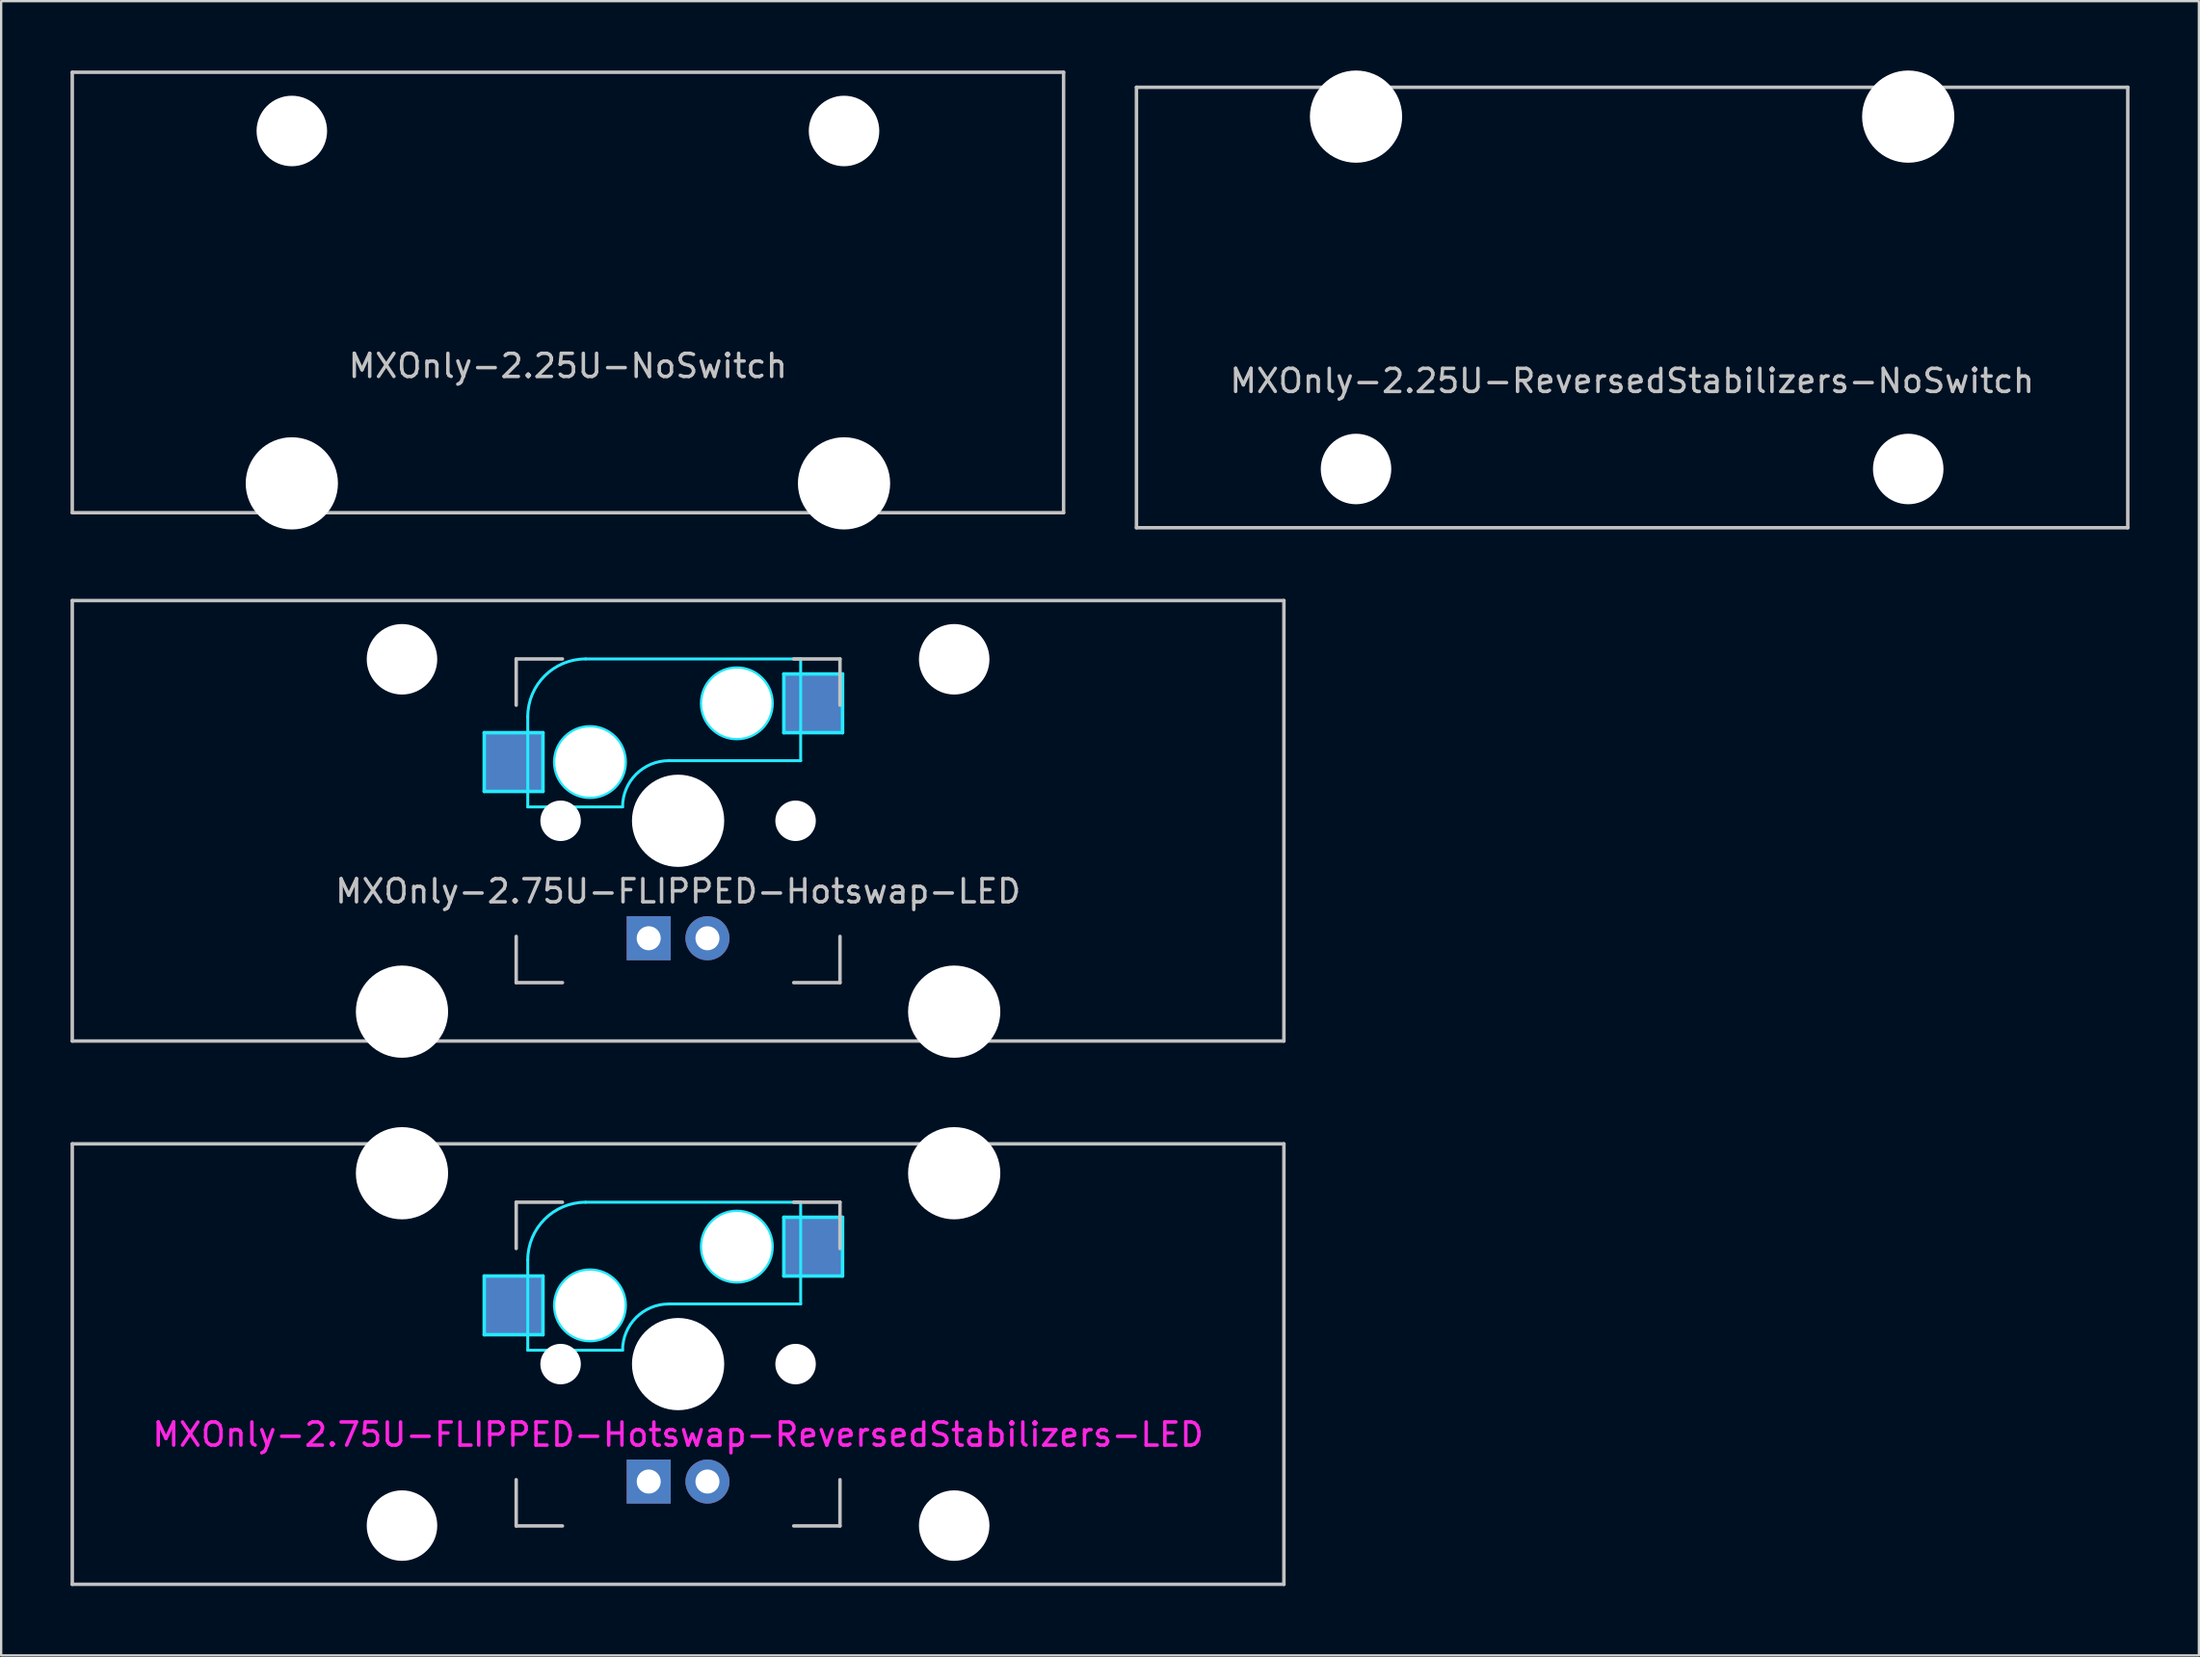
<source format=kicad_pcb>
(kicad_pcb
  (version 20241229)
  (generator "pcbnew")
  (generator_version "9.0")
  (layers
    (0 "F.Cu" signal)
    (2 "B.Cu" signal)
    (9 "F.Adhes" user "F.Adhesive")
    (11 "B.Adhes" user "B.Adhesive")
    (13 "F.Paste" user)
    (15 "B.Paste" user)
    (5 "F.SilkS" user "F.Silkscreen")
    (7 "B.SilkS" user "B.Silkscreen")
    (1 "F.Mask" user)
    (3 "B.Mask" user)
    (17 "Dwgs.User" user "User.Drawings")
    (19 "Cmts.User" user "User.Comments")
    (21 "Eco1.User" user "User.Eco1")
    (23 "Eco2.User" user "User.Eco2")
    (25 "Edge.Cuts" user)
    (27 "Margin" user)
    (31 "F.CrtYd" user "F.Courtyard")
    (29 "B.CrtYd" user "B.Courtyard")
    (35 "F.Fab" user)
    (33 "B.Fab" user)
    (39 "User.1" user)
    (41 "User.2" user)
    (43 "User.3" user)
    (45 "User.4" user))
  (footprint "MXOnly-2.25U-ReversedStabilizers-NoSwitch"
    (layer "F.Cu")
    (at 67.519 10.249)
    (property "Reference" "MXOnly-2.25U-ReversedStabilizers-NoSwitch" (at 0 3.175 0) (layer "Dwgs.User") (effects (font (size 1 1) (thickness 0.15))))
    (attr through_hole)
    (fp_line (start -21.431 -9.525) (end 21.431 -9.525) (stroke (width 0.15) (type solid)) (layer "Dwgs.User"))
    (fp_line (start -21.431 9.525) (end -21.431 -9.525) (stroke (width 0.15) (type solid)) (layer "Dwgs.User"))
    (fp_line (start -21.431 9.525) (end 21.431 9.525) (stroke (width 0.15) (type solid)) (layer "Dwgs.User"))
    (fp_line (start 21.431 -9.525) (end 21.431 9.525) (stroke (width 0.15) (type solid)) (layer "Dwgs.User"))
    (pad "" np_thru_hole circle (at -11.938 -8.255) (size 3.988 3.988) (drill 3.988) (layers "*.Cu" "*.Mask"))
    (pad "" np_thru_hole circle (at -11.938 6.985) (size 3.048 3.048) (drill 3.048) (layers "*.Cu" "*.Mask"))
    (pad "" np_thru_hole circle (at 11.938 -8.255) (size 3.988 3.988) (drill 3.988) (layers "*.Cu" "*.Mask"))
    (pad "" np_thru_hole circle (at 11.938 6.985) (size 3.048 3.048) (drill 3.048) (layers "*.Cu" "*.Mask")))
  (footprint "MXOnly-2.75U-FLIPPED-Hotswap-LED"
    (layer "F.Cu")
    (at 26.269 32.449)
    (property "Reference" "MXOnly-2.75U-FLIPPED-Hotswap-LED" (at 0 3.048 0) (layer "Dwgs.User") (effects (font (size 1 1) (thickness 0.15))))
    (attr smd)
    (fp_line (start -26.194 -9.525) (end 26.194 -9.525) (stroke (width 0.15) (type solid)) (layer "Dwgs.User"))
    (fp_line (start -26.194 9.525) (end -26.194 -9.525) (stroke (width 0.15) (type solid)) (layer "Dwgs.User"))
    (fp_line (start -7 -7) (end -7 -5) (stroke (width 0.15) (type solid)) (layer "Dwgs.User"))
    (fp_line (start -7 5) (end -7 7) (stroke (width 0.15) (type solid)) (layer "Dwgs.User"))
    (fp_line (start -7 7) (end -5 7) (stroke (width 0.15) (type solid)) (layer "Dwgs.User"))
    (fp_line (start -5 -7) (end -7 -7) (stroke (width 0.15) (type solid)) (layer "Dwgs.User"))
    (fp_line (start 5 -7) (end 7 -7) (stroke (width 0.15) (type solid)) (layer "Dwgs.User"))
    (fp_line (start 5 7) (end 7 7) (stroke (width 0.15) (type solid)) (layer "Dwgs.User"))
    (fp_line (start 7 -7) (end 7 -5) (stroke (width 0.15) (type solid)) (layer "Dwgs.User"))
    (fp_line (start 7 7) (end 7 5) (stroke (width 0.15) (type solid)) (layer "Dwgs.User"))
    (fp_line (start 26.194 -9.525) (end 26.194 9.525) (stroke (width 0.15) (type solid)) (layer "Dwgs.User"))
    (fp_line (start 26.194 9.525) (end -26.194 9.525) (stroke (width 0.15) (type solid)) (layer "Dwgs.User"))
    (fp_line (start -8.382 -3.81) (end -5.842 -3.81) (stroke (width 0.15) (type solid)) (layer "B.CrtYd"))
    (fp_line (start -8.382 -1.27) (end -8.382 -3.81) (stroke (width 0.15) (type solid)) (layer "B.CrtYd"))
    (fp_line (start -6.5 -4.5) (end -6.5 -0.6) (stroke (width 0.127) (type solid)) (layer "B.CrtYd"))
    (fp_line (start -6.5 -0.6) (end -2.4 -0.6) (stroke (width 0.127) (type solid)) (layer "B.CrtYd"))
    (fp_line (start -5.842 -3.81) (end -5.842 -1.27) (stroke (width 0.15) (type solid)) (layer "B.CrtYd"))
    (fp_line (start -5.842 -1.27) (end -8.382 -1.27) (stroke (width 0.15) (type solid)) (layer "B.CrtYd"))
    (fp_line (start -0.4 -2.6) (end 5.3 -2.6) (stroke (width 0.127) (type solid)) (layer "B.CrtYd"))
    (fp_line (start 4.572 -6.35) (end 7.112 -6.35) (stroke (width 0.15) (type solid)) (layer "B.CrtYd"))
    (fp_line (start 4.572 -3.81) (end 4.572 -6.35) (stroke (width 0.15) (type solid)) (layer "B.CrtYd"))
    (fp_line (start 5.3 -7) (end -4 -7) (stroke (width 0.127) (type solid)) (layer "B.CrtYd"))
    (fp_line (start 5.3 -7) (end 5.3 -2.6) (stroke (width 0.127) (type solid)) (layer "B.CrtYd"))
    (fp_line (start 7.112 -6.35) (end 7.112 -3.81) (stroke (width 0.15) (type solid)) (layer "B.CrtYd"))
    (fp_line (start 7.112 -3.81) (end 4.572 -3.81) (stroke (width 0.15) (type solid)) (layer "B.CrtYd"))
    (fp_arc (start -6.5 -4.5) (mid -5.767767 -6.267767) (end -4 -7) (stroke (width 0.127) (type solid)) (layer "B.CrtYd"))
    (fp_arc (start -2.4 -0.6) (mid -1.814214 -2.014214) (end -0.4 -2.6) (stroke (width 0.127) (type solid)) (layer "B.CrtYd"))
    (fp_circle (center -3.81 -2.54) (end -3.81 -4.064) (stroke (width 0.15) (type solid)) (fill no) (layer "B.CrtYd"))
    (fp_circle (center 2.54 -5.08) (end 2.54 -6.604) (stroke (width 0.15) (type solid)) (fill no) (layer "B.CrtYd"))
    (pad "" np_thru_hole circle (at -11.938 -6.985) (size 3.048 3.048) (drill 3.048) (layers "*.Cu" "*.Mask"))
    (pad "" np_thru_hole circle (at -11.938 8.255) (size 3.988 3.988) (drill 3.988) (layers "*.Cu" "*.Mask"))
    (pad "" np_thru_hole circle (at -5.08 0 48.1) (size 1.75 1.75) (drill 1.75) (layers "*.Cu" "*.Mask"))
    (pad "" np_thru_hole circle (at -3.81 -2.54) (size 3 3) (drill 3) (layers "*.Cu" "*.Mask"))
    (pad "" np_thru_hole circle (at 0 0) (size 3.988 3.988) (drill 3.988) (layers "*.Cu" "*.Mask"))
    (pad "" np_thru_hole circle (at 2.54 -5.08) (size 3 3) (drill 3) (layers "*.Cu" "*.Mask"))
    (pad "" np_thru_hole circle (at 5.08 0 48.1) (size 1.75 1.75) (drill 1.75) (layers "*.Cu" "*.Mask"))
    (pad "" np_thru_hole circle (at 11.938 -6.985) (size 3.048 3.048) (drill 3.048) (layers "*.Cu" "*.Mask"))
    (pad "" np_thru_hole circle (at 11.938 8.255) (size 3.988 3.988) (drill 3.988) (layers "*.Cu" "*.Mask"))
    (pad "1" smd rect (at -7.085 -2.54) (size 2.55 2.5) (layers "B.Cu" "B.Mask" "B.Paste"))
    (pad "2" smd rect (at 5.842 -5.08) (size 2.55 2.5) (layers "B.Cu" "B.Mask" "B.Paste"))
    (pad "3" thru_hole circle (at 1.27 5.08 180) (size 1.905 1.905) (drill 1.04) (layers "*.Cu" "B.Mask"))
    (pad "4" thru_hole rect (at -1.27 5.08 180) (size 1.905 1.905) (drill 1.04) (layers "*.Cu" "B.Mask")))
  (footprint "MXOnly-2.25U-NoSwitch"
    (layer "F.Cu")
    (at 21.506 9.6)
    (property "Reference" "MXOnly-2.25U-NoSwitch" (at 0 3.175 0) (layer "Dwgs.User") (effects (font (size 1 1) (thickness 0.15))))
    (attr through_hole)
    (fp_line (start -21.431 -9.525) (end 21.431 -9.525) (stroke (width 0.15) (type solid)) (layer "Dwgs.User"))
    (fp_line (start -21.431 9.525) (end -21.431 -9.525) (stroke (width 0.15) (type solid)) (layer "Dwgs.User"))
    (fp_line (start -21.431 9.525) (end 21.431 9.525) (stroke (width 0.15) (type solid)) (layer "Dwgs.User"))
    (fp_line (start 21.431 -9.525) (end 21.431 9.525) (stroke (width 0.15) (type solid)) (layer "Dwgs.User"))
    (pad "" np_thru_hole circle (at -11.938 -6.985) (size 3.048 3.048) (drill 3.048) (layers "*.Cu" "*.Mask"))
    (pad "" np_thru_hole circle (at -11.938 8.255) (size 3.988 3.988) (drill 3.988) (layers "*.Cu" "*.Mask"))
    (pad "" np_thru_hole circle (at 11.938 -6.985) (size 3.048 3.048) (drill 3.048) (layers "*.Cu" "*.Mask"))
    (pad "" np_thru_hole circle (at 11.938 8.255) (size 3.988 3.988) (drill 3.988) (layers "*.Cu" "*.Mask")))
  (footprint "MXOnly-2.75U-FLIPPED-Hotswap-ReversedStabilizers-LED"
    (layer "F.Cu")
    (at 26.269 55.947)
    (property "Reference" "MXOnly-2.75U-FLIPPED-Hotswap-ReversedStabilizers-LED" (at 0 3.048 0) (layer "F.CrtYd") (effects (font (size 1 1) (thickness 0.15))))
    (attr smd)
    (fp_line (start -26.194 -9.525) (end 26.194 -9.525) (stroke (width 0.15) (type solid)) (layer "Dwgs.User"))
    (fp_line (start -26.194 9.525) (end -26.194 -9.525) (stroke (width 0.15) (type solid)) (layer "Dwgs.User"))
    (fp_line (start -7 -7) (end -7 -5) (stroke (width 0.15) (type solid)) (layer "Dwgs.User"))
    (fp_line (start -7 5) (end -7 7) (stroke (width 0.15) (type solid)) (layer "Dwgs.User"))
    (fp_line (start -7 7) (end -5 7) (stroke (width 0.15) (type solid)) (layer "Dwgs.User"))
    (fp_line (start -5 -7) (end -7 -7) (stroke (width 0.15) (type solid)) (layer "Dwgs.User"))
    (fp_line (start 5 -7) (end 7 -7) (stroke (width 0.15) (type solid)) (layer "Dwgs.User"))
    (fp_line (start 5 7) (end 7 7) (stroke (width 0.15) (type solid)) (layer "Dwgs.User"))
    (fp_line (start 7 -7) (end 7 -5) (stroke (width 0.15) (type solid)) (layer "Dwgs.User"))
    (fp_line (start 7 7) (end 7 5) (stroke (width 0.15) (type solid)) (layer "Dwgs.User"))
    (fp_line (start 26.194 -9.525) (end 26.194 9.525) (stroke (width 0.15) (type solid)) (layer "Dwgs.User"))
    (fp_line (start 26.194 9.525) (end -26.194 9.525) (stroke (width 0.15) (type solid)) (layer "Dwgs.User"))
    (fp_line (start -8.382 -3.81) (end -5.842 -3.81) (stroke (width 0.15) (type solid)) (layer "B.CrtYd"))
    (fp_line (start -8.382 -1.27) (end -8.382 -3.81) (stroke (width 0.15) (type solid)) (layer "B.CrtYd"))
    (fp_line (start -6.5 -4.5) (end -6.5 -0.6) (stroke (width 0.127) (type solid)) (layer "B.CrtYd"))
    (fp_line (start -6.5 -0.6) (end -2.4 -0.6) (stroke (width 0.127) (type solid)) (layer "B.CrtYd"))
    (fp_line (start -5.842 -3.81) (end -5.842 -1.27) (stroke (width 0.15) (type solid)) (layer "B.CrtYd"))
    (fp_line (start -5.842 -1.27) (end -8.382 -1.27) (stroke (width 0.15) (type solid)) (layer "B.CrtYd"))
    (fp_line (start -0.4 -2.6) (end 5.3 -2.6) (stroke (width 0.127) (type solid)) (layer "B.CrtYd"))
    (fp_line (start 4.572 -6.35) (end 7.112 -6.35) (stroke (width 0.15) (type solid)) (layer "B.CrtYd"))
    (fp_line (start 4.572 -3.81) (end 4.572 -6.35) (stroke (width 0.15) (type solid)) (layer "B.CrtYd"))
    (fp_line (start 5.3 -7) (end -4 -7) (stroke (width 0.127) (type solid)) (layer "B.CrtYd"))
    (fp_line (start 5.3 -7) (end 5.3 -2.6) (stroke (width 0.127) (type solid)) (layer "B.CrtYd"))
    (fp_line (start 7.112 -6.35) (end 7.112 -3.81) (stroke (width 0.15) (type solid)) (layer "B.CrtYd"))
    (fp_line (start 7.112 -3.81) (end 4.572 -3.81) (stroke (width 0.15) (type solid)) (layer "B.CrtYd"))
    (fp_arc (start -6.5 -4.5) (mid -5.767767 -6.267767) (end -4 -7) (stroke (width 0.127) (type solid)) (layer "B.CrtYd"))
    (fp_arc (start -2.4 -0.6) (mid -1.814214 -2.014214) (end -0.4 -2.6) (stroke (width 0.127) (type solid)) (layer "B.CrtYd"))
    (fp_circle (center -3.81 -2.54) (end -3.81 -4.064) (stroke (width 0.15) (type solid)) (fill no) (layer "B.CrtYd"))
    (fp_circle (center 2.54 -5.08) (end 2.54 -6.604) (stroke (width 0.15) (type solid)) (fill no) (layer "B.CrtYd"))
    (pad "" np_thru_hole circle (at -11.938 -8.255) (size 3.988 3.988) (drill 3.988) (layers "*.Cu" "*.Mask"))
    (pad "" np_thru_hole circle (at -11.938 6.985) (size 3.048 3.048) (drill 3.048) (layers "*.Cu" "*.Mask"))
    (pad "" np_thru_hole circle (at -5.08 0 48.1) (size 1.75 1.75) (drill 1.75) (layers "*.Cu" "*.Mask"))
    (pad "" np_thru_hole circle (at -3.81 -2.54) (size 3 3) (drill 3) (layers "*.Cu" "*.Mask"))
    (pad "" np_thru_hole circle (at 0 0) (size 3.988 3.988) (drill 3.988) (layers "*.Cu" "*.Mask"))
    (pad "" np_thru_hole circle (at 2.54 -5.08) (size 3 3) (drill 3) (layers "*.Cu" "*.Mask"))
    (pad "" np_thru_hole circle (at 5.08 0 48.1) (size 1.75 1.75) (drill 1.75) (layers "*.Cu" "*.Mask"))
    (pad "" np_thru_hole circle (at 11.938 -8.255) (size 3.988 3.988) (drill 3.988) (layers "*.Cu" "*.Mask"))
    (pad "" np_thru_hole circle (at 11.938 6.985) (size 3.048 3.048) (drill 3.048) (layers "*.Cu" "*.Mask"))
    (pad "1" smd rect (at -7.085 -2.54) (size 2.55 2.5) (layers "B.Cu" "B.Mask" "B.Paste"))
    (pad "2" smd rect (at 5.842 -5.08) (size 2.55 2.5) (layers "B.Cu" "B.Mask" "B.Paste"))
    (pad "3" thru_hole circle (at 1.27 5.08 180) (size 1.905 1.905) (drill 1.04) (layers "*.Cu" "B.Mask"))
    (pad "4" thru_hole rect (at -1.27 5.08 180) (size 1.905 1.905) (drill 1.04) (layers "*.Cu" "B.Mask")))
  (gr_rect
    (start -3 -3)
    (end 92.025 68.547)
    (stroke (width 0.1) (type default))
    (fill no)
    (layer "Edge.Cuts")))
</source>
